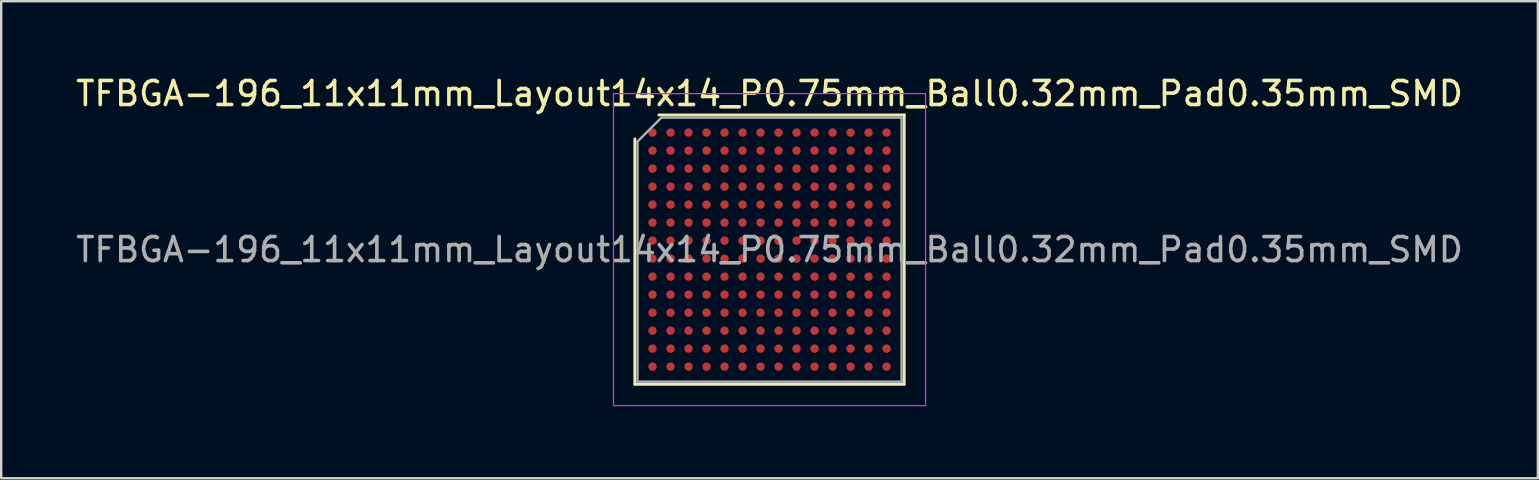
<source format=kicad_pcb>
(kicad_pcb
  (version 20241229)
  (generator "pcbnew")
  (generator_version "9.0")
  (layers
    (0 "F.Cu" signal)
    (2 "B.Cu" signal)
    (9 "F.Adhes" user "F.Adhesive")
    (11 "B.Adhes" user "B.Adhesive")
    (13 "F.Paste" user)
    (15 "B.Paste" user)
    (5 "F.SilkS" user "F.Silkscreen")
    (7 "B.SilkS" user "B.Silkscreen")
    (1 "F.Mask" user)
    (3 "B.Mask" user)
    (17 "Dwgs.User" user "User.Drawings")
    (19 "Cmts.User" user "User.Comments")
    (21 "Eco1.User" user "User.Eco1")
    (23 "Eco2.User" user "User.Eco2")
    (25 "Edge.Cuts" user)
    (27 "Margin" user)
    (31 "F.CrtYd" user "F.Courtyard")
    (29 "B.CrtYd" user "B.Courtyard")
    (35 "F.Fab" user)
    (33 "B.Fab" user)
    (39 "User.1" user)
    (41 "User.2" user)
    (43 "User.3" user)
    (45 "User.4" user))
  (footprint "TFBGA-196_11x11mm_Layout14x14_P0.75mm_Ball0.32mm_Pad0.35mm_SMD"
    (layer "F.Cu")
    (at 29.006 7.348)
    (property "Reference" "TFBGA-196_11x11mm_Layout14x14_P0.75mm_Ball0.32mm_Pad0.35mm_SMD" (at 0 -6.5 0) (layer "F.SilkS") (effects (font (size 1 1) (thickness 0.15))))
    (attr smd)
    (fp_line (start -5.61 5.61) (end -5.61 -4.61) (stroke (width 0.12) (type solid)) (layer "F.SilkS"))
    (fp_line (start -4.61 -5.61) (end 5.61 -5.61) (stroke (width 0.12) (type solid)) (layer "F.SilkS"))
    (fp_line (start 5.61 -5.61) (end 5.61 5.61) (stroke (width 0.12) (type solid)) (layer "F.SilkS"))
    (fp_line (start 5.61 5.61) (end -5.61 5.61) (stroke (width 0.12) (type solid)) (layer "F.SilkS"))
    (fp_line (start -6.5 -6.5) (end -6.5 6.5) (stroke (width 0.05) (type solid)) (layer "F.CrtYd"))
    (fp_line (start -6.5 6.5) (end 6.5 6.5) (stroke (width 0.05) (type solid)) (layer "F.CrtYd"))
    (fp_line (start 6.5 -6.5) (end -6.5 -6.5) (stroke (width 0.05) (type solid)) (layer "F.CrtYd"))
    (fp_line (start 6.5 6.5) (end 6.5 -6.5) (stroke (width 0.05) (type solid)) (layer "F.CrtYd"))
    (fp_line (start -5.5 -4.5) (end -4.5 -5.5) (stroke (width 0.1) (type solid)) (layer "F.Fab"))
    (fp_line (start -5.5 5.5) (end -5.5 -4.5) (stroke (width 0.1) (type solid)) (layer "F.Fab"))
    (fp_line (start -4.5 -5.5) (end 5.5 -5.5) (stroke (width 0.1) (type solid)) (layer "F.Fab"))
    (fp_line (start 5.5 -5.5) (end 5.5 5.5) (stroke (width 0.1) (type solid)) (layer "F.Fab"))
    (fp_line (start 5.5 5.5) (end -5.5 5.5) (stroke (width 0.1) (type solid)) (layer "F.Fab"))
    (fp_text user "${REFERENCE}" (at 0 0 0) (layer "F.Fab") (effects (font (size 1 1) (thickness 0.15))))
    (pad "A1" smd circle (at -4.875 -4.875) (size 0.35 0.35) (layers "F.Cu" "F.Mask" "F.Paste"))
    (pad "A2" smd circle (at -4.125 -4.875) (size 0.35 0.35) (layers "F.Cu" "F.Mask" "F.Paste"))
    (pad "A3" smd circle (at -3.375 -4.875) (size 0.35 0.35) (layers "F.Cu" "F.Mask" "F.Paste"))
    (pad "A4" smd circle (at -2.625 -4.875) (size 0.35 0.35) (layers "F.Cu" "F.Mask" "F.Paste"))
    (pad "A5" smd circle (at -1.875 -4.875) (size 0.35 0.35) (layers "F.Cu" "F.Mask" "F.Paste"))
    (pad "A6" smd circle (at -1.125 -4.875) (size 0.35 0.35) (layers "F.Cu" "F.Mask" "F.Paste"))
    (pad "A7" smd circle (at -0.375 -4.875) (size 0.35 0.35) (layers "F.Cu" "F.Mask" "F.Paste"))
    (pad "A8" smd circle (at 0.375 -4.875) (size 0.35 0.35) (layers "F.Cu" "F.Mask" "F.Paste"))
    (pad "A9" smd circle (at 1.125 -4.875) (size 0.35 0.35) (layers "F.Cu" "F.Mask" "F.Paste"))
    (pad "A10" smd circle (at 1.875 -4.875) (size 0.35 0.35) (layers "F.Cu" "F.Mask" "F.Paste"))
    (pad "A11" smd circle (at 2.625 -4.875) (size 0.35 0.35) (layers "F.Cu" "F.Mask" "F.Paste"))
    (pad "A12" smd circle (at 3.375 -4.875) (size 0.35 0.35) (layers "F.Cu" "F.Mask" "F.Paste"))
    (pad "A13" smd circle (at 4.125 -4.875) (size 0.35 0.35) (layers "F.Cu" "F.Mask" "F.Paste"))
    (pad "A14" smd circle (at 4.875 -4.875) (size 0.35 0.35) (layers "F.Cu" "F.Mask" "F.Paste"))
    (pad "B1" smd circle (at -4.875 -4.125) (size 0.35 0.35) (layers "F.Cu" "F.Mask" "F.Paste"))
    (pad "B2" smd circle (at -4.125 -4.125) (size 0.35 0.35) (layers "F.Cu" "F.Mask" "F.Paste"))
    (pad "B3" smd circle (at -3.375 -4.125) (size 0.35 0.35) (layers "F.Cu" "F.Mask" "F.Paste"))
    (pad "B4" smd circle (at -2.625 -4.125) (size 0.35 0.35) (layers "F.Cu" "F.Mask" "F.Paste"))
    (pad "B5" smd circle (at -1.875 -4.125) (size 0.35 0.35) (layers "F.Cu" "F.Mask" "F.Paste"))
    (pad "B6" smd circle (at -1.125 -4.125) (size 0.35 0.35) (layers "F.Cu" "F.Mask" "F.Paste"))
    (pad "B7" smd circle (at -0.375 -4.125) (size 0.35 0.35) (layers "F.Cu" "F.Mask" "F.Paste"))
    (pad "B8" smd circle (at 0.375 -4.125) (size 0.35 0.35) (layers "F.Cu" "F.Mask" "F.Paste"))
    (pad "B9" smd circle (at 1.125 -4.125) (size 0.35 0.35) (layers "F.Cu" "F.Mask" "F.Paste"))
    (pad "B10" smd circle (at 1.875 -4.125) (size 0.35 0.35) (layers "F.Cu" "F.Mask" "F.Paste"))
    (pad "B11" smd circle (at 2.625 -4.125) (size 0.35 0.35) (layers "F.Cu" "F.Mask" "F.Paste"))
    (pad "B12" smd circle (at 3.375 -4.125) (size 0.35 0.35) (layers "F.Cu" "F.Mask" "F.Paste"))
    (pad "B13" smd circle (at 4.125 -4.125) (size 0.35 0.35) (layers "F.Cu" "F.Mask" "F.Paste"))
    (pad "B14" smd circle (at 4.875 -4.125) (size 0.35 0.35) (layers "F.Cu" "F.Mask" "F.Paste"))
    (pad "C1" smd circle (at -4.875 -3.375) (size 0.35 0.35) (layers "F.Cu" "F.Mask" "F.Paste"))
    (pad "C2" smd circle (at -4.125 -3.375) (size 0.35 0.35) (layers "F.Cu" "F.Mask" "F.Paste"))
    (pad "C3" smd circle (at -3.375 -3.375) (size 0.35 0.35) (layers "F.Cu" "F.Mask" "F.Paste"))
    (pad "C4" smd circle (at -2.625 -3.375) (size 0.35 0.35) (layers "F.Cu" "F.Mask" "F.Paste"))
    (pad "C5" smd circle (at -1.875 -3.375) (size 0.35 0.35) (layers "F.Cu" "F.Mask" "F.Paste"))
    (pad "C6" smd circle (at -1.125 -3.375) (size 0.35 0.35) (layers "F.Cu" "F.Mask" "F.Paste"))
    (pad "C7" smd circle (at -0.375 -3.375) (size 0.35 0.35) (layers "F.Cu" "F.Mask" "F.Paste"))
    (pad "C8" smd circle (at 0.375 -3.375) (size 0.35 0.35) (layers "F.Cu" "F.Mask" "F.Paste"))
    (pad "C9" smd circle (at 1.125 -3.375) (size 0.35 0.35) (layers "F.Cu" "F.Mask" "F.Paste"))
    (pad "C10" smd circle (at 1.875 -3.375) (size 0.35 0.35) (layers "F.Cu" "F.Mask" "F.Paste"))
    (pad "C11" smd circle (at 2.625 -3.375) (size 0.35 0.35) (layers "F.Cu" "F.Mask" "F.Paste"))
    (pad "C12" smd circle (at 3.375 -3.375) (size 0.35 0.35) (layers "F.Cu" "F.Mask" "F.Paste"))
    (pad "C13" smd circle (at 4.125 -3.375) (size 0.35 0.35) (layers "F.Cu" "F.Mask" "F.Paste"))
    (pad "C14" smd circle (at 4.875 -3.375) (size 0.35 0.35) (layers "F.Cu" "F.Mask" "F.Paste"))
    (pad "D1" smd circle (at -4.875 -2.625) (size 0.35 0.35) (layers "F.Cu" "F.Mask" "F.Paste"))
    (pad "D2" smd circle (at -4.125 -2.625) (size 0.35 0.35) (layers "F.Cu" "F.Mask" "F.Paste"))
    (pad "D3" smd circle (at -3.375 -2.625) (size 0.35 0.35) (layers "F.Cu" "F.Mask" "F.Paste"))
    (pad "D4" smd circle (at -2.625 -2.625) (size 0.35 0.35) (layers "F.Cu" "F.Mask" "F.Paste"))
    (pad "D5" smd circle (at -1.875 -2.625) (size 0.35 0.35) (layers "F.Cu" "F.Mask" "F.Paste"))
    (pad "D6" smd circle (at -1.125 -2.625) (size 0.35 0.35) (layers "F.Cu" "F.Mask" "F.Paste"))
    (pad "D7" smd circle (at -0.375 -2.625) (size 0.35 0.35) (layers "F.Cu" "F.Mask" "F.Paste"))
    (pad "D8" smd circle (at 0.375 -2.625) (size 0.35 0.35) (layers "F.Cu" "F.Mask" "F.Paste"))
    (pad "D9" smd circle (at 1.125 -2.625) (size 0.35 0.35) (layers "F.Cu" "F.Mask" "F.Paste"))
    (pad "D10" smd circle (at 1.875 -2.625) (size 0.35 0.35) (layers "F.Cu" "F.Mask" "F.Paste"))
    (pad "D11" smd circle (at 2.625 -2.625) (size 0.35 0.35) (layers "F.Cu" "F.Mask" "F.Paste"))
    (pad "D12" smd circle (at 3.375 -2.625) (size 0.35 0.35) (layers "F.Cu" "F.Mask" "F.Paste"))
    (pad "D13" smd circle (at 4.125 -2.625) (size 0.35 0.35) (layers "F.Cu" "F.Mask" "F.Paste"))
    (pad "D14" smd circle (at 4.875 -2.625) (size 0.35 0.35) (layers "F.Cu" "F.Mask" "F.Paste"))
    (pad "E1" smd circle (at -4.875 -1.875) (size 0.35 0.35) (layers "F.Cu" "F.Mask" "F.Paste"))
    (pad "E2" smd circle (at -4.125 -1.875) (size 0.35 0.35) (layers "F.Cu" "F.Mask" "F.Paste"))
    (pad "E3" smd circle (at -3.375 -1.875) (size 0.35 0.35) (layers "F.Cu" "F.Mask" "F.Paste"))
    (pad "E4" smd circle (at -2.625 -1.875) (size 0.35 0.35) (layers "F.Cu" "F.Mask" "F.Paste"))
    (pad "E5" smd circle (at -1.875 -1.875) (size 0.35 0.35) (layers "F.Cu" "F.Mask" "F.Paste"))
    (pad "E6" smd circle (at -1.125 -1.875) (size 0.35 0.35) (layers "F.Cu" "F.Mask" "F.Paste"))
    (pad "E7" smd circle (at -0.375 -1.875) (size 0.35 0.35) (layers "F.Cu" "F.Mask" "F.Paste"))
    (pad "E8" smd circle (at 0.375 -1.875) (size 0.35 0.35) (layers "F.Cu" "F.Mask" "F.Paste"))
    (pad "E9" smd circle (at 1.125 -1.875) (size 0.35 0.35) (layers "F.Cu" "F.Mask" "F.Paste"))
    (pad "E10" smd circle (at 1.875 -1.875) (size 0.35 0.35) (layers "F.Cu" "F.Mask" "F.Paste"))
    (pad "E11" smd circle (at 2.625 -1.875) (size 0.35 0.35) (layers "F.Cu" "F.Mask" "F.Paste"))
    (pad "E12" smd circle (at 3.375 -1.875) (size 0.35 0.35) (layers "F.Cu" "F.Mask" "F.Paste"))
    (pad "E13" smd circle (at 4.125 -1.875) (size 0.35 0.35) (layers "F.Cu" "F.Mask" "F.Paste"))
    (pad "E14" smd circle (at 4.875 -1.875) (size 0.35 0.35) (layers "F.Cu" "F.Mask" "F.Paste"))
    (pad "F1" smd circle (at -4.875 -1.125) (size 0.35 0.35) (layers "F.Cu" "F.Mask" "F.Paste"))
    (pad "F2" smd circle (at -4.125 -1.125) (size 0.35 0.35) (layers "F.Cu" "F.Mask" "F.Paste"))
    (pad "F3" smd circle (at -3.375 -1.125) (size 0.35 0.35) (layers "F.Cu" "F.Mask" "F.Paste"))
    (pad "F4" smd circle (at -2.625 -1.125) (size 0.35 0.35) (layers "F.Cu" "F.Mask" "F.Paste"))
    (pad "F5" smd circle (at -1.875 -1.125) (size 0.35 0.35) (layers "F.Cu" "F.Mask" "F.Paste"))
    (pad "F6" smd circle (at -1.125 -1.125) (size 0.35 0.35) (layers "F.Cu" "F.Mask" "F.Paste"))
    (pad "F7" smd circle (at -0.375 -1.125) (size 0.35 0.35) (layers "F.Cu" "F.Mask" "F.Paste"))
    (pad "F8" smd circle (at 0.375 -1.125) (size 0.35 0.35) (layers "F.Cu" "F.Mask" "F.Paste"))
    (pad "F9" smd circle (at 1.125 -1.125) (size 0.35 0.35) (layers "F.Cu" "F.Mask" "F.Paste"))
    (pad "F10" smd circle (at 1.875 -1.125) (size 0.35 0.35) (layers "F.Cu" "F.Mask" "F.Paste"))
    (pad "F11" smd circle (at 2.625 -1.125) (size 0.35 0.35) (layers "F.Cu" "F.Mask" "F.Paste"))
    (pad "F12" smd circle (at 3.375 -1.125) (size 0.35 0.35) (layers "F.Cu" "F.Mask" "F.Paste"))
    (pad "F13" smd circle (at 4.125 -1.125) (size 0.35 0.35) (layers "F.Cu" "F.Mask" "F.Paste"))
    (pad "F14" smd circle (at 4.875 -1.125) (size 0.35 0.35) (layers "F.Cu" "F.Mask" "F.Paste"))
    (pad "G1" smd circle (at -4.875 -0.375) (size 0.35 0.35) (layers "F.Cu" "F.Mask" "F.Paste"))
    (pad "G2" smd circle (at -4.125 -0.375) (size 0.35 0.35) (layers "F.Cu" "F.Mask" "F.Paste"))
    (pad "G3" smd circle (at -3.375 -0.375) (size 0.35 0.35) (layers "F.Cu" "F.Mask" "F.Paste"))
    (pad "G4" smd circle (at -2.625 -0.375) (size 0.35 0.35) (layers "F.Cu" "F.Mask" "F.Paste"))
    (pad "G5" smd circle (at -1.875 -0.375) (size 0.35 0.35) (layers "F.Cu" "F.Mask" "F.Paste"))
    (pad "G6" smd circle (at -1.125 -0.375) (size 0.35 0.35) (layers "F.Cu" "F.Mask" "F.Paste"))
    (pad "G7" smd circle (at -0.375 -0.375) (size 0.35 0.35) (layers "F.Cu" "F.Mask" "F.Paste"))
    (pad "G8" smd circle (at 0.375 -0.375) (size 0.35 0.35) (layers "F.Cu" "F.Mask" "F.Paste"))
    (pad "G9" smd circle (at 1.125 -0.375) (size 0.35 0.35) (layers "F.Cu" "F.Mask" "F.Paste"))
    (pad "G10" smd circle (at 1.875 -0.375) (size 0.35 0.35) (layers "F.Cu" "F.Mask" "F.Paste"))
    (pad "G11" smd circle (at 2.625 -0.375) (size 0.35 0.35) (layers "F.Cu" "F.Mask" "F.Paste"))
    (pad "G12" smd circle (at 3.375 -0.375) (size 0.35 0.35) (layers "F.Cu" "F.Mask" "F.Paste"))
    (pad "G13" smd circle (at 4.125 -0.375) (size 0.35 0.35) (layers "F.Cu" "F.Mask" "F.Paste"))
    (pad "G14" smd circle (at 4.875 -0.375) (size 0.35 0.35) (layers "F.Cu" "F.Mask" "F.Paste"))
    (pad "H1" smd circle (at -4.875 0.375) (size 0.35 0.35) (layers "F.Cu" "F.Mask" "F.Paste"))
    (pad "H2" smd circle (at -4.125 0.375) (size 0.35 0.35) (layers "F.Cu" "F.Mask" "F.Paste"))
    (pad "H3" smd circle (at -3.375 0.375) (size 0.35 0.35) (layers "F.Cu" "F.Mask" "F.Paste"))
    (pad "H4" smd circle (at -2.625 0.375) (size 0.35 0.35) (layers "F.Cu" "F.Mask" "F.Paste"))
    (pad "H5" smd circle (at -1.875 0.375) (size 0.35 0.35) (layers "F.Cu" "F.Mask" "F.Paste"))
    (pad "H6" smd circle (at -1.125 0.375) (size 0.35 0.35) (layers "F.Cu" "F.Mask" "F.Paste"))
    (pad "H7" smd circle (at -0.375 0.375) (size 0.35 0.35) (layers "F.Cu" "F.Mask" "F.Paste"))
    (pad "H8" smd circle (at 0.375 0.375) (size 0.35 0.35) (layers "F.Cu" "F.Mask" "F.Paste"))
    (pad "H9" smd circle (at 1.125 0.375) (size 0.35 0.35) (layers "F.Cu" "F.Mask" "F.Paste"))
    (pad "H10" smd circle (at 1.875 0.375) (size 0.35 0.35) (layers "F.Cu" "F.Mask" "F.Paste"))
    (pad "H11" smd circle (at 2.625 0.375) (size 0.35 0.35) (layers "F.Cu" "F.Mask" "F.Paste"))
    (pad "H12" smd circle (at 3.375 0.375) (size 0.35 0.35) (layers "F.Cu" "F.Mask" "F.Paste"))
    (pad "H13" smd circle (at 4.125 0.375) (size 0.35 0.35) (layers "F.Cu" "F.Mask" "F.Paste"))
    (pad "H14" smd circle (at 4.875 0.375) (size 0.35 0.35) (layers "F.Cu" "F.Mask" "F.Paste"))
    (pad "J1" smd circle (at -4.875 1.125) (size 0.35 0.35) (layers "F.Cu" "F.Mask" "F.Paste"))
    (pad "J2" smd circle (at -4.125 1.125) (size 0.35 0.35) (layers "F.Cu" "F.Mask" "F.Paste"))
    (pad "J3" smd circle (at -3.375 1.125) (size 0.35 0.35) (layers "F.Cu" "F.Mask" "F.Paste"))
    (pad "J4" smd circle (at -2.625 1.125) (size 0.35 0.35) (layers "F.Cu" "F.Mask" "F.Paste"))
    (pad "J5" smd circle (at -1.875 1.125) (size 0.35 0.35) (layers "F.Cu" "F.Mask" "F.Paste"))
    (pad "J6" smd circle (at -1.125 1.125) (size 0.35 0.35) (layers "F.Cu" "F.Mask" "F.Paste"))
    (pad "J7" smd circle (at -0.375 1.125) (size 0.35 0.35) (layers "F.Cu" "F.Mask" "F.Paste"))
    (pad "J8" smd circle (at 0.375 1.125) (size 0.35 0.35) (layers "F.Cu" "F.Mask" "F.Paste"))
    (pad "J9" smd circle (at 1.125 1.125) (size 0.35 0.35) (layers "F.Cu" "F.Mask" "F.Paste"))
    (pad "J10" smd circle (at 1.875 1.125) (size 0.35 0.35) (layers "F.Cu" "F.Mask" "F.Paste"))
    (pad "J11" smd circle (at 2.625 1.125) (size 0.35 0.35) (layers "F.Cu" "F.Mask" "F.Paste"))
    (pad "J12" smd circle (at 3.375 1.125) (size 0.35 0.35) (layers "F.Cu" "F.Mask" "F.Paste"))
    (pad "J13" smd circle (at 4.125 1.125) (size 0.35 0.35) (layers "F.Cu" "F.Mask" "F.Paste"))
    (pad "J14" smd circle (at 4.875 1.125) (size 0.35 0.35) (layers "F.Cu" "F.Mask" "F.Paste"))
    (pad "K1" smd circle (at -4.875 1.875) (size 0.35 0.35) (layers "F.Cu" "F.Mask" "F.Paste"))
    (pad "K2" smd circle (at -4.125 1.875) (size 0.35 0.35) (layers "F.Cu" "F.Mask" "F.Paste"))
    (pad "K3" smd circle (at -3.375 1.875) (size 0.35 0.35) (layers "F.Cu" "F.Mask" "F.Paste"))
    (pad "K4" smd circle (at -2.625 1.875) (size 0.35 0.35) (layers "F.Cu" "F.Mask" "F.Paste"))
    (pad "K5" smd circle (at -1.875 1.875) (size 0.35 0.35) (layers "F.Cu" "F.Mask" "F.Paste"))
    (pad "K6" smd circle (at -1.125 1.875) (size 0.35 0.35) (layers "F.Cu" "F.Mask" "F.Paste"))
    (pad "K7" smd circle (at -0.375 1.875) (size 0.35 0.35) (layers "F.Cu" "F.Mask" "F.Paste"))
    (pad "K8" smd circle (at 0.375 1.875) (size 0.35 0.35) (layers "F.Cu" "F.Mask" "F.Paste"))
    (pad "K9" smd circle (at 1.125 1.875) (size 0.35 0.35) (layers "F.Cu" "F.Mask" "F.Paste"))
    (pad "K10" smd circle (at 1.875 1.875) (size 0.35 0.35) (layers "F.Cu" "F.Mask" "F.Paste"))
    (pad "K11" smd circle (at 2.625 1.875) (size 0.35 0.35) (layers "F.Cu" "F.Mask" "F.Paste"))
    (pad "K12" smd circle (at 3.375 1.875) (size 0.35 0.35) (layers "F.Cu" "F.Mask" "F.Paste"))
    (pad "K13" smd circle (at 4.125 1.875) (size 0.35 0.35) (layers "F.Cu" "F.Mask" "F.Paste"))
    (pad "K14" smd circle (at 4.875 1.875) (size 0.35 0.35) (layers "F.Cu" "F.Mask" "F.Paste"))
    (pad "L1" smd circle (at -4.875 2.625) (size 0.35 0.35) (layers "F.Cu" "F.Mask" "F.Paste"))
    (pad "L2" smd circle (at -4.125 2.625) (size 0.35 0.35) (layers "F.Cu" "F.Mask" "F.Paste"))
    (pad "L3" smd circle (at -3.375 2.625) (size 0.35 0.35) (layers "F.Cu" "F.Mask" "F.Paste"))
    (pad "L4" smd circle (at -2.625 2.625) (size 0.35 0.35) (layers "F.Cu" "F.Mask" "F.Paste"))
    (pad "L5" smd circle (at -1.875 2.625) (size 0.35 0.35) (layers "F.Cu" "F.Mask" "F.Paste"))
    (pad "L6" smd circle (at -1.125 2.625) (size 0.35 0.35) (layers "F.Cu" "F.Mask" "F.Paste"))
    (pad "L7" smd circle (at -0.375 2.625) (size 0.35 0.35) (layers "F.Cu" "F.Mask" "F.Paste"))
    (pad "L8" smd circle (at 0.375 2.625) (size 0.35 0.35) (layers "F.Cu" "F.Mask" "F.Paste"))
    (pad "L9" smd circle (at 1.125 2.625) (size 0.35 0.35) (layers "F.Cu" "F.Mask" "F.Paste"))
    (pad "L10" smd circle (at 1.875 2.625) (size 0.35 0.35) (layers "F.Cu" "F.Mask" "F.Paste"))
    (pad "L11" smd circle (at 2.625 2.625) (size 0.35 0.35) (layers "F.Cu" "F.Mask" "F.Paste"))
    (pad "L12" smd circle (at 3.375 2.625) (size 0.35 0.35) (layers "F.Cu" "F.Mask" "F.Paste"))
    (pad "L13" smd circle (at 4.125 2.625) (size 0.35 0.35) (layers "F.Cu" "F.Mask" "F.Paste"))
    (pad "L14" smd circle (at 4.875 2.625) (size 0.35 0.35) (layers "F.Cu" "F.Mask" "F.Paste"))
    (pad "M1" smd circle (at -4.875 3.375) (size 0.35 0.35) (layers "F.Cu" "F.Mask" "F.Paste"))
    (pad "M2" smd circle (at -4.125 3.375) (size 0.35 0.35) (layers "F.Cu" "F.Mask" "F.Paste"))
    (pad "M3" smd circle (at -3.375 3.375) (size 0.35 0.35) (layers "F.Cu" "F.Mask" "F.Paste"))
    (pad "M4" smd circle (at -2.625 3.375) (size 0.35 0.35) (layers "F.Cu" "F.Mask" "F.Paste"))
    (pad "M5" smd circle (at -1.875 3.375) (size 0.35 0.35) (layers "F.Cu" "F.Mask" "F.Paste"))
    (pad "M6" smd circle (at -1.125 3.375) (size 0.35 0.35) (layers "F.Cu" "F.Mask" "F.Paste"))
    (pad "M7" smd circle (at -0.375 3.375) (size 0.35 0.35) (layers "F.Cu" "F.Mask" "F.Paste"))
    (pad "M8" smd circle (at 0.375 3.375) (size 0.35 0.35) (layers "F.Cu" "F.Mask" "F.Paste"))
    (pad "M9" smd circle (at 1.125 3.375) (size 0.35 0.35) (layers "F.Cu" "F.Mask" "F.Paste"))
    (pad "M10" smd circle (at 1.875 3.375) (size 0.35 0.35) (layers "F.Cu" "F.Mask" "F.Paste"))
    (pad "M11" smd circle (at 2.625 3.375) (size 0.35 0.35) (layers "F.Cu" "F.Mask" "F.Paste"))
    (pad "M12" smd circle (at 3.375 3.375) (size 0.35 0.35) (layers "F.Cu" "F.Mask" "F.Paste"))
    (pad "M13" smd circle (at 4.125 3.375) (size 0.35 0.35) (layers "F.Cu" "F.Mask" "F.Paste"))
    (pad "M14" smd circle (at 4.875 3.375) (size 0.35 0.35) (layers "F.Cu" "F.Mask" "F.Paste"))
    (pad "N1" smd circle (at -4.875 4.125) (size 0.35 0.35) (layers "F.Cu" "F.Mask" "F.Paste"))
    (pad "N2" smd circle (at -4.125 4.125) (size 0.35 0.35) (layers "F.Cu" "F.Mask" "F.Paste"))
    (pad "N3" smd circle (at -3.375 4.125) (size 0.35 0.35) (layers "F.Cu" "F.Mask" "F.Paste"))
    (pad "N4" smd circle (at -2.625 4.125) (size 0.35 0.35) (layers "F.Cu" "F.Mask" "F.Paste"))
    (pad "N5" smd circle (at -1.875 4.125) (size 0.35 0.35) (layers "F.Cu" "F.Mask" "F.Paste"))
    (pad "N6" smd circle (at -1.125 4.125) (size 0.35 0.35) (layers "F.Cu" "F.Mask" "F.Paste"))
    (pad "N7" smd circle (at -0.375 4.125) (size 0.35 0.35) (layers "F.Cu" "F.Mask" "F.Paste"))
    (pad "N8" smd circle (at 0.375 4.125) (size 0.35 0.35) (layers "F.Cu" "F.Mask" "F.Paste"))
    (pad "N9" smd circle (at 1.125 4.125) (size 0.35 0.35) (layers "F.Cu" "F.Mask" "F.Paste"))
    (pad "N10" smd circle (at 1.875 4.125) (size 0.35 0.35) (layers "F.Cu" "F.Mask" "F.Paste"))
    (pad "N11" smd circle (at 2.625 4.125) (size 0.35 0.35) (layers "F.Cu" "F.Mask" "F.Paste"))
    (pad "N12" smd circle (at 3.375 4.125) (size 0.35 0.35) (layers "F.Cu" "F.Mask" "F.Paste"))
    (pad "N13" smd circle (at 4.125 4.125) (size 0.35 0.35) (layers "F.Cu" "F.Mask" "F.Paste"))
    (pad "N14" smd circle (at 4.875 4.125) (size 0.35 0.35) (layers "F.Cu" "F.Mask" "F.Paste"))
    (pad "P1" smd circle (at -4.875 4.875) (size 0.35 0.35) (layers "F.Cu" "F.Mask" "F.Paste"))
    (pad "P2" smd circle (at -4.125 4.875) (size 0.35 0.35) (layers "F.Cu" "F.Mask" "F.Paste"))
    (pad "P3" smd circle (at -3.375 4.875) (size 0.35 0.35) (layers "F.Cu" "F.Mask" "F.Paste"))
    (pad "P4" smd circle (at -2.625 4.875) (size 0.35 0.35) (layers "F.Cu" "F.Mask" "F.Paste"))
    (pad "P5" smd circle (at -1.875 4.875) (size 0.35 0.35) (layers "F.Cu" "F.Mask" "F.Paste"))
    (pad "P6" smd circle (at -1.125 4.875) (size 0.35 0.35) (layers "F.Cu" "F.Mask" "F.Paste"))
    (pad "P7" smd circle (at -0.375 4.875) (size 0.35 0.35) (layers "F.Cu" "F.Mask" "F.Paste"))
    (pad "P8" smd circle (at 0.375 4.875) (size 0.35 0.35) (layers "F.Cu" "F.Mask" "F.Paste"))
    (pad "P9" smd circle (at 1.125 4.875) (size 0.35 0.35) (layers "F.Cu" "F.Mask" "F.Paste"))
    (pad "P10" smd circle (at 1.875 4.875) (size 0.35 0.35) (layers "F.Cu" "F.Mask" "F.Paste"))
    (pad "P11" smd circle (at 2.625 4.875) (size 0.35 0.35) (layers "F.Cu" "F.Mask" "F.Paste"))
    (pad "P12" smd circle (at 3.375 4.875) (size 0.35 0.35) (layers "F.Cu" "F.Mask" "F.Paste"))
    (pad "P13" smd circle (at 4.125 4.875) (size 0.35 0.35) (layers "F.Cu" "F.Mask" "F.Paste"))
    (pad "P14" smd circle (at 4.875 4.875) (size 0.35 0.35) (layers "F.Cu" "F.Mask" "F.Paste")))
  (gr_rect
    (start -3 -3)
    (end 61.012 16.873)
    (stroke (width 0.1) (type default))
    (fill no)
    (layer "Edge.Cuts")))
</source>
